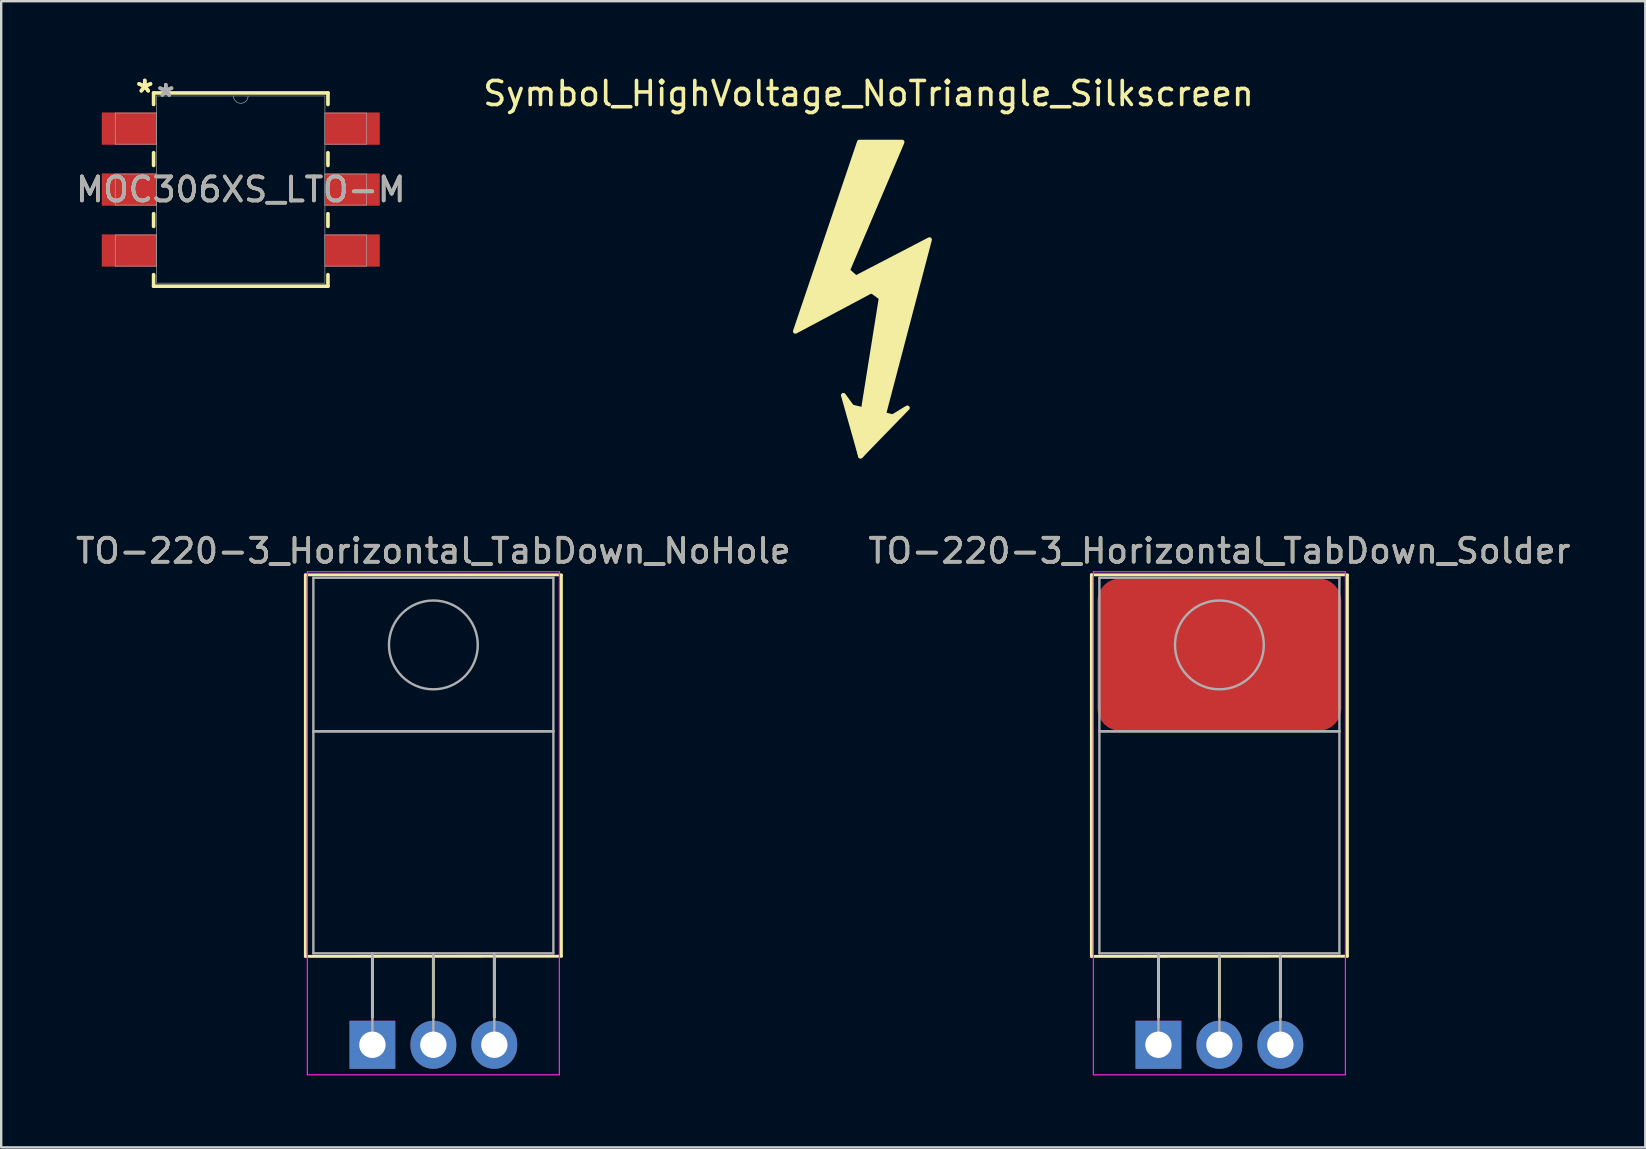
<source format=kicad_pcb>
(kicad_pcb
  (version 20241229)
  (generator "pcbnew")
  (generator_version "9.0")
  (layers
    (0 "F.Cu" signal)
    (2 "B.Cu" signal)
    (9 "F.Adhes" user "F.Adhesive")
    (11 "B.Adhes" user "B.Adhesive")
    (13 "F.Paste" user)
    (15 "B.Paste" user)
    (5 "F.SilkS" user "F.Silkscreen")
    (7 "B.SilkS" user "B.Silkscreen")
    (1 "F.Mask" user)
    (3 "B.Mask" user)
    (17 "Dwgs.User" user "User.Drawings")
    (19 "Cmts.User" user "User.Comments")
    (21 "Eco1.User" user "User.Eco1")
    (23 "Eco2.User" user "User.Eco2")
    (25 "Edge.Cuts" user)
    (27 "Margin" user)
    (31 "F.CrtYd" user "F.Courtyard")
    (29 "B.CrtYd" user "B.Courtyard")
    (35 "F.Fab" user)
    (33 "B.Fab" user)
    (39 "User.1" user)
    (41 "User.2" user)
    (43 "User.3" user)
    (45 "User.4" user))
  (footprint "Symbol_HighVoltage_NoTriangle_Silkscreen"
    (layer "F.Cu")
    (at 33.137 9.348)
    (property "Reference" "Symbol_HighVoltage_NoTriangle_Silkscreen" (at 0 -8.5 0) (layer "F.SilkS") (effects (font (size 1 1) (thickness 0.15))))
    (attr exclude_from_pos_files exclude_from_bom allow_missing_courtyard)
    (fp_poly (pts (xy -0.77 4.54) (xy 1.07 4.98) (xy -0.333 6.604)) (stroke (width 0.2) (type solid)) (fill yes) (layer "F.SilkS"))
    (fp_poly (pts (xy 0.619 -0.548) (xy 0.13 -0.28) (xy 0.55 0.02)) (stroke (width 0.2) (type solid)) (fill yes) (layer "F.SilkS"))
    (fp_poly (pts (xy -0.88 -1.14) (xy -1.143 -0.5) (xy -0.52 -0.81) (xy -0.89 -1.14)) (stroke (width 0.2) (type solid)) (fill yes) (layer "F.SilkS"))
    (fp_poly (pts (xy -1.143 -0.5) (xy 2.54 -2.413) (xy 0.524 5.263) (xy 1.619 4.596) (xy -0.333 6.604) (xy -1.048 4.072) (xy -0.286 5.12) (xy 0.619 -0.548) (xy -3.048 1.405) (xy -0.381 -6.477) (xy 1.397 -6.477)) (stroke (width 0.2) (type solid)) (fill yes) (layer "F.SilkS")))
  (footprint "TO-220-3_Horizontal_TabDown_NoHole"
    (layer "F.Cu")
    (at 12.466 40.48)
    (property "Reference" "TO-220-3_Horizontal_TabDown_NoHole" (at 2.54 -20.58 0) (layer "F.SilkS") (effects (font (size 1 1) (thickness 0.15))))
    (attr through_hole)
    (fp_line (start -2.794 -19.58) (end -2.794 -3.683) (stroke (width 0.12) (type solid)) (layer "F.SilkS"))
    (fp_line (start -2.794 -19.58) (end 7.874 -19.58) (stroke (width 0.12) (type solid)) (layer "F.SilkS"))
    (fp_line (start -2.794 -3.683) (end 7.874 -3.69) (stroke (width 0.12) (type solid)) (layer "F.SilkS"))
    (fp_line (start 0 -3.69) (end 0 -1.15) (stroke (width 0.12) (type solid)) (layer "F.SilkS"))
    (fp_line (start 2.54 -3.69) (end 2.54 -1.15) (stroke (width 0.12) (type solid)) (layer "F.SilkS"))
    (fp_line (start 5.08 -3.69) (end 5.08 -1.15) (stroke (width 0.12) (type solid)) (layer "F.SilkS"))
    (fp_line (start 7.874 -19.558) (end 7.874 -3.69) (stroke (width 0.12) (type solid)) (layer "F.SilkS"))
    (fp_line (start -2.71 -19.71) (end -2.71 1.25) (stroke (width 0.05) (type solid)) (layer "F.CrtYd"))
    (fp_line (start -2.71 1.25) (end 7.79 1.25) (stroke (width 0.05) (type solid)) (layer "F.CrtYd"))
    (fp_line (start 7.79 -19.71) (end -2.71 -19.71) (stroke (width 0.05) (type solid)) (layer "F.CrtYd"))
    (fp_line (start 7.79 1.25) (end 7.79 -19.71) (stroke (width 0.05) (type solid)) (layer "F.CrtYd"))
    (fp_line (start -2.46 -19.46) (end 7.54 -19.46) (stroke (width 0.1) (type solid)) (layer "F.Fab"))
    (fp_line (start -2.46 -13.06) (end -2.46 -19.46) (stroke (width 0.1) (type solid)) (layer "F.Fab"))
    (fp_line (start -2.46 -13.06) (end 7.54 -13.06) (stroke (width 0.1) (type solid)) (layer "F.Fab"))
    (fp_line (start -2.46 -3.81) (end -2.46 -13.06) (stroke (width 0.1) (type solid)) (layer "F.Fab"))
    (fp_line (start 0 -3.81) (end 0 0) (stroke (width 0.1) (type solid)) (layer "F.Fab"))
    (fp_line (start 2.54 -3.81) (end 2.54 0) (stroke (width 0.1) (type solid)) (layer "F.Fab"))
    (fp_line (start 5.08 -3.81) (end 5.08 0) (stroke (width 0.1) (type solid)) (layer "F.Fab"))
    (fp_line (start 7.54 -19.46) (end 7.54 -13.06) (stroke (width 0.1) (type solid)) (layer "F.Fab"))
    (fp_line (start 7.54 -13.06) (end -2.46 -13.06) (stroke (width 0.1) (type solid)) (layer "F.Fab"))
    (fp_line (start 7.54 -13.06) (end 7.54 -3.81) (stroke (width 0.1) (type solid)) (layer "F.Fab"))
    (fp_line (start 7.54 -3.81) (end -2.46 -3.81) (stroke (width 0.1) (type solid)) (layer "F.Fab"))
    (fp_circle (center 2.54 -16.66) (end 4.39 -16.66) (stroke (width 0.1) (type solid)) (fill no) (layer "F.Fab"))
    (fp_text user "${REFERENCE}" (at 2.54 -20.58 0) (layer "F.Fab") (effects (font (size 1 1) (thickness 0.15))))
    (pad "1" thru_hole rect (at 0 0) (size 1.905 2) (drill 1.1) (layers "*.Cu" "*.Mask"))
    (pad "2" thru_hole oval (at 2.54 0) (size 1.905 2) (drill 1.1) (layers "*.Cu" "*.Mask"))
    (pad "3" thru_hole oval (at 5.08 0) (size 1.905 2) (drill 1.1) (layers "*.Cu" "*.Mask")))
  (footprint "MOC306XS_LTO-M"
    (layer "F.Cu")
    (at 6.982 4.848)
    (property "Reference" "MOC306XS_LTO-M" (at 0 0 0) (unlocked yes) (layer "F.SilkS") (effects (font (size 1 1) (thickness 0.15))))
    (attr smd)
    (fp_line (start -3.632 -4.026) (end -3.632 -3.546) (stroke (width 0.152) (type solid)) (layer "F.SilkS"))
    (fp_line (start -3.632 -1.534) (end -3.632 -1.006) (stroke (width 0.152) (type solid)) (layer "F.SilkS"))
    (fp_line (start -3.632 1.006) (end -3.632 1.534) (stroke (width 0.152) (type solid)) (layer "F.SilkS"))
    (fp_line (start -3.632 3.546) (end -3.632 4.026) (stroke (width 0.152) (type solid)) (layer "F.SilkS"))
    (fp_line (start -3.632 4.026) (end 3.632 4.026) (stroke (width 0.152) (type solid)) (layer "F.SilkS"))
    (fp_line (start 3.632 -4.026) (end -3.632 -4.026) (stroke (width 0.152) (type solid)) (layer "F.SilkS"))
    (fp_line (start 3.632 -3.546) (end 3.632 -4.026) (stroke (width 0.152) (type solid)) (layer "F.SilkS"))
    (fp_line (start 3.632 -1.006) (end 3.632 -1.534) (stroke (width 0.152) (type solid)) (layer "F.SilkS"))
    (fp_line (start 3.632 1.534) (end 3.632 1.006) (stroke (width 0.152) (type solid)) (layer "F.SilkS"))
    (fp_line (start 3.632 4.026) (end 3.632 3.546) (stroke (width 0.152) (type solid)) (layer "F.SilkS"))
    (fp_line (start -5.232 -3.188) (end -5.232 -1.892) (stroke (width 0.025) (type solid)) (layer "F.Fab"))
    (fp_line (start -5.232 -1.892) (end -3.505 -1.892) (stroke (width 0.025) (type solid)) (layer "F.Fab"))
    (fp_line (start -5.232 -0.648) (end -5.232 0.648) (stroke (width 0.025) (type solid)) (layer "F.Fab"))
    (fp_line (start -5.232 0.648) (end -3.505 0.648) (stroke (width 0.025) (type solid)) (layer "F.Fab"))
    (fp_line (start -5.232 1.892) (end -5.232 3.188) (stroke (width 0.025) (type solid)) (layer "F.Fab"))
    (fp_line (start -5.232 3.188) (end -3.505 3.188) (stroke (width 0.025) (type solid)) (layer "F.Fab"))
    (fp_line (start -3.505 -3.899) (end -3.505 3.899) (stroke (width 0.025) (type solid)) (layer "F.Fab"))
    (fp_line (start -3.505 -3.188) (end -5.232 -3.188) (stroke (width 0.025) (type solid)) (layer "F.Fab"))
    (fp_line (start -3.505 -1.892) (end -3.505 -3.188) (stroke (width 0.025) (type solid)) (layer "F.Fab"))
    (fp_line (start -3.505 -0.648) (end -5.232 -0.648) (stroke (width 0.025) (type solid)) (layer "F.Fab"))
    (fp_line (start -3.505 0.648) (end -3.505 -0.648) (stroke (width 0.025) (type solid)) (layer "F.Fab"))
    (fp_line (start -3.505 1.892) (end -5.232 1.892) (stroke (width 0.025) (type solid)) (layer "F.Fab"))
    (fp_line (start -3.505 3.188) (end -3.505 1.892) (stroke (width 0.025) (type solid)) (layer "F.Fab"))
    (fp_line (start -3.505 3.899) (end 3.505 3.899) (stroke (width 0.025) (type solid)) (layer "F.Fab"))
    (fp_line (start 3.505 -3.899) (end -3.505 -3.899) (stroke (width 0.025) (type solid)) (layer "F.Fab"))
    (fp_line (start 3.505 -3.188) (end 3.505 -1.892) (stroke (width 0.025) (type solid)) (layer "F.Fab"))
    (fp_line (start 3.505 -1.892) (end 5.232 -1.892) (stroke (width 0.025) (type solid)) (layer "F.Fab"))
    (fp_line (start 3.505 -0.648) (end 3.505 0.648) (stroke (width 0.025) (type solid)) (layer "F.Fab"))
    (fp_line (start 3.505 0.648) (end 5.232 0.648) (stroke (width 0.025) (type solid)) (layer "F.Fab"))
    (fp_line (start 3.505 1.892) (end 3.505 3.188) (stroke (width 0.025) (type solid)) (layer "F.Fab"))
    (fp_line (start 3.505 3.188) (end 5.232 3.188) (stroke (width 0.025) (type solid)) (layer "F.Fab"))
    (fp_line (start 3.505 3.899) (end 3.505 -3.899) (stroke (width 0.025) (type solid)) (layer "F.Fab"))
    (fp_line (start 5.232 -3.188) (end 3.505 -3.188) (stroke (width 0.025) (type solid)) (layer "F.Fab"))
    (fp_line (start 5.232 -1.892) (end 5.232 -3.188) (stroke (width 0.025) (type solid)) (layer "F.Fab"))
    (fp_line (start 5.232 -0.648) (end 3.505 -0.648) (stroke (width 0.025) (type solid)) (layer "F.Fab"))
    (fp_line (start 5.232 0.648) (end 5.232 -0.648) (stroke (width 0.025) (type solid)) (layer "F.Fab"))
    (fp_line (start 5.232 1.892) (end 3.505 1.892) (stroke (width 0.025) (type solid)) (layer "F.Fab"))
    (fp_line (start 5.232 3.188) (end 5.232 1.892) (stroke (width 0.025) (type solid)) (layer "F.Fab"))
    (fp_arc (start 0.3048 -3.8989) (mid 0 -3.5941) (end -0.3048 -3.8989) (stroke (width 0.0254) (type solid)) (layer "F.Fab"))
    (fp_text user "*" (at -4 -4 0) (layer "F.SilkS") (effects (font (size 1 1) (thickness 0.15))))
    (fp_text user "*" (at -4 -4 0) (unlocked yes) (layer "F.SilkS") (effects (font (size 1 1) (thickness 0.15))))
    (fp_text user "*" (at -3.124 -3.823 0) (unlocked yes) (layer "F.Fab") (effects (font (size 1 1) (thickness 0.15))))
    (fp_text user "${REFERENCE}" (at 0 0 0) (unlocked yes) (layer "F.Fab") (effects (font (size 1 1) (thickness 0.15))))
    (fp_text user "*" (at -3.124 -3.823 0) (layer "F.Fab") (effects (font (size 1 1) (thickness 0.15))))
    (pad "1" smd rect (at -4.661 -2.54) (size 2.261 1.346) (layers "F.Cu" "F.Mask" "F.Paste"))
    (pad "2" smd rect (at -4.661 0) (size 2.261 1.346) (layers "F.Cu" "F.Mask" "F.Paste"))
    (pad "3" smd rect (at -4.661 2.54) (size 2.261 1.346) (layers "F.Cu" "F.Mask" "F.Paste"))
    (pad "4" smd rect (at 4.661 2.54) (size 2.261 1.346) (layers "F.Cu" "F.Mask" "F.Paste"))
    (pad "5" smd rect (at 4.661 0) (size 2.261 1.346) (layers "F.Cu" "F.Mask" "F.Paste"))
    (pad "6" smd rect (at 4.661 -2.54) (size 2.261 1.346) (layers "F.Cu" "F.Mask" "F.Paste")))
  (footprint "TO-220-3_Horizontal_TabDown_Solder"
    (layer "F.Cu")
    (at 45.216 40.48)
    (property "Reference" "TO-220-3_Horizontal_TabDown_Solder" (at 2.54 -20.58 0) (layer "F.SilkS") (effects (font (size 1 1) (thickness 0.15))))
    (attr through_hole)
    (fp_line (start -2.794 -19.58) (end -2.794 -3.683) (stroke (width 0.12) (type solid)) (layer "F.SilkS"))
    (fp_line (start -2.794 -19.58) (end 7.874 -19.58) (stroke (width 0.12) (type solid)) (layer "F.SilkS"))
    (fp_line (start -2.794 -3.683) (end 7.874 -3.69) (stroke (width 0.12) (type solid)) (layer "F.SilkS"))
    (fp_line (start 0 -3.69) (end 0 -1.15) (stroke (width 0.12) (type solid)) (layer "F.SilkS"))
    (fp_line (start 2.54 -3.69) (end 2.54 -1.15) (stroke (width 0.12) (type solid)) (layer "F.SilkS"))
    (fp_line (start 5.08 -3.69) (end 5.08 -1.15) (stroke (width 0.12) (type solid)) (layer "F.SilkS"))
    (fp_line (start 7.874 -19.558) (end 7.874 -3.69) (stroke (width 0.12) (type solid)) (layer "F.SilkS"))
    (fp_line (start -2.71 -19.71) (end -2.71 1.25) (stroke (width 0.05) (type solid)) (layer "F.CrtYd"))
    (fp_line (start -2.71 1.25) (end 7.79 1.25) (stroke (width 0.05) (type solid)) (layer "F.CrtYd"))
    (fp_line (start 7.79 -19.71) (end -2.71 -19.71) (stroke (width 0.05) (type solid)) (layer "F.CrtYd"))
    (fp_line (start 7.79 1.25) (end 7.79 -19.71) (stroke (width 0.05) (type solid)) (layer "F.CrtYd"))
    (fp_line (start -2.46 -19.46) (end 7.54 -19.46) (stroke (width 0.1) (type solid)) (layer "F.Fab"))
    (fp_line (start -2.46 -13.06) (end -2.46 -19.46) (stroke (width 0.1) (type solid)) (layer "F.Fab"))
    (fp_line (start -2.46 -13.06) (end 7.54 -13.06) (stroke (width 0.1) (type solid)) (layer "F.Fab"))
    (fp_line (start -2.46 -3.81) (end -2.46 -13.06) (stroke (width 0.1) (type solid)) (layer "F.Fab"))
    (fp_line (start 0 -3.81) (end 0 0) (stroke (width 0.1) (type solid)) (layer "F.Fab"))
    (fp_line (start 2.54 -3.81) (end 2.54 0) (stroke (width 0.1) (type solid)) (layer "F.Fab"))
    (fp_line (start 5.08 -3.81) (end 5.08 0) (stroke (width 0.1) (type solid)) (layer "F.Fab"))
    (fp_line (start 7.54 -19.46) (end 7.54 -13.06) (stroke (width 0.1) (type solid)) (layer "F.Fab"))
    (fp_line (start 7.54 -13.06) (end -2.46 -13.06) (stroke (width 0.1) (type solid)) (layer "F.Fab"))
    (fp_line (start 7.54 -13.06) (end 7.54 -3.81) (stroke (width 0.1) (type solid)) (layer "F.Fab"))
    (fp_line (start 7.54 -3.81) (end -2.46 -3.81) (stroke (width 0.1) (type solid)) (layer "F.Fab"))
    (fp_circle (center 2.54 -16.66) (end 4.39 -16.66) (stroke (width 0.1) (type solid)) (fill no) (layer "F.Fab"))
    (fp_text user "${REFERENCE}" (at 2.54 -20.58 0) (layer "F.Fab") (effects (font (size 1 1) (thickness 0.15))))
    (pad "1" thru_hole rect (at 0 0) (size 1.905 2) (drill 1.1) (layers "*.Cu" "*.Mask"))
    (pad "2" thru_hole oval (at 2.54 0) (size 1.905 2) (drill 1.1) (layers "*.Cu" "*.Mask"))
    (pad "3" thru_hole oval (at 5.08 0) (size 1.905 2) (drill 1.1) (layers "*.Cu" "*.Mask"))
    (pad "4" smd roundrect (at 2.54 -16.256) (size 10.16 6.35) (layers "F.Cu" "F.Mask" "F.Paste") (roundrect_rratio 0.15)))
  (gr_rect
    (start -3 -3)
    (end 65.5 44.755)
    (stroke (width 0.1) (type default))
    (fill no)
    (layer "Edge.Cuts")))
</source>
